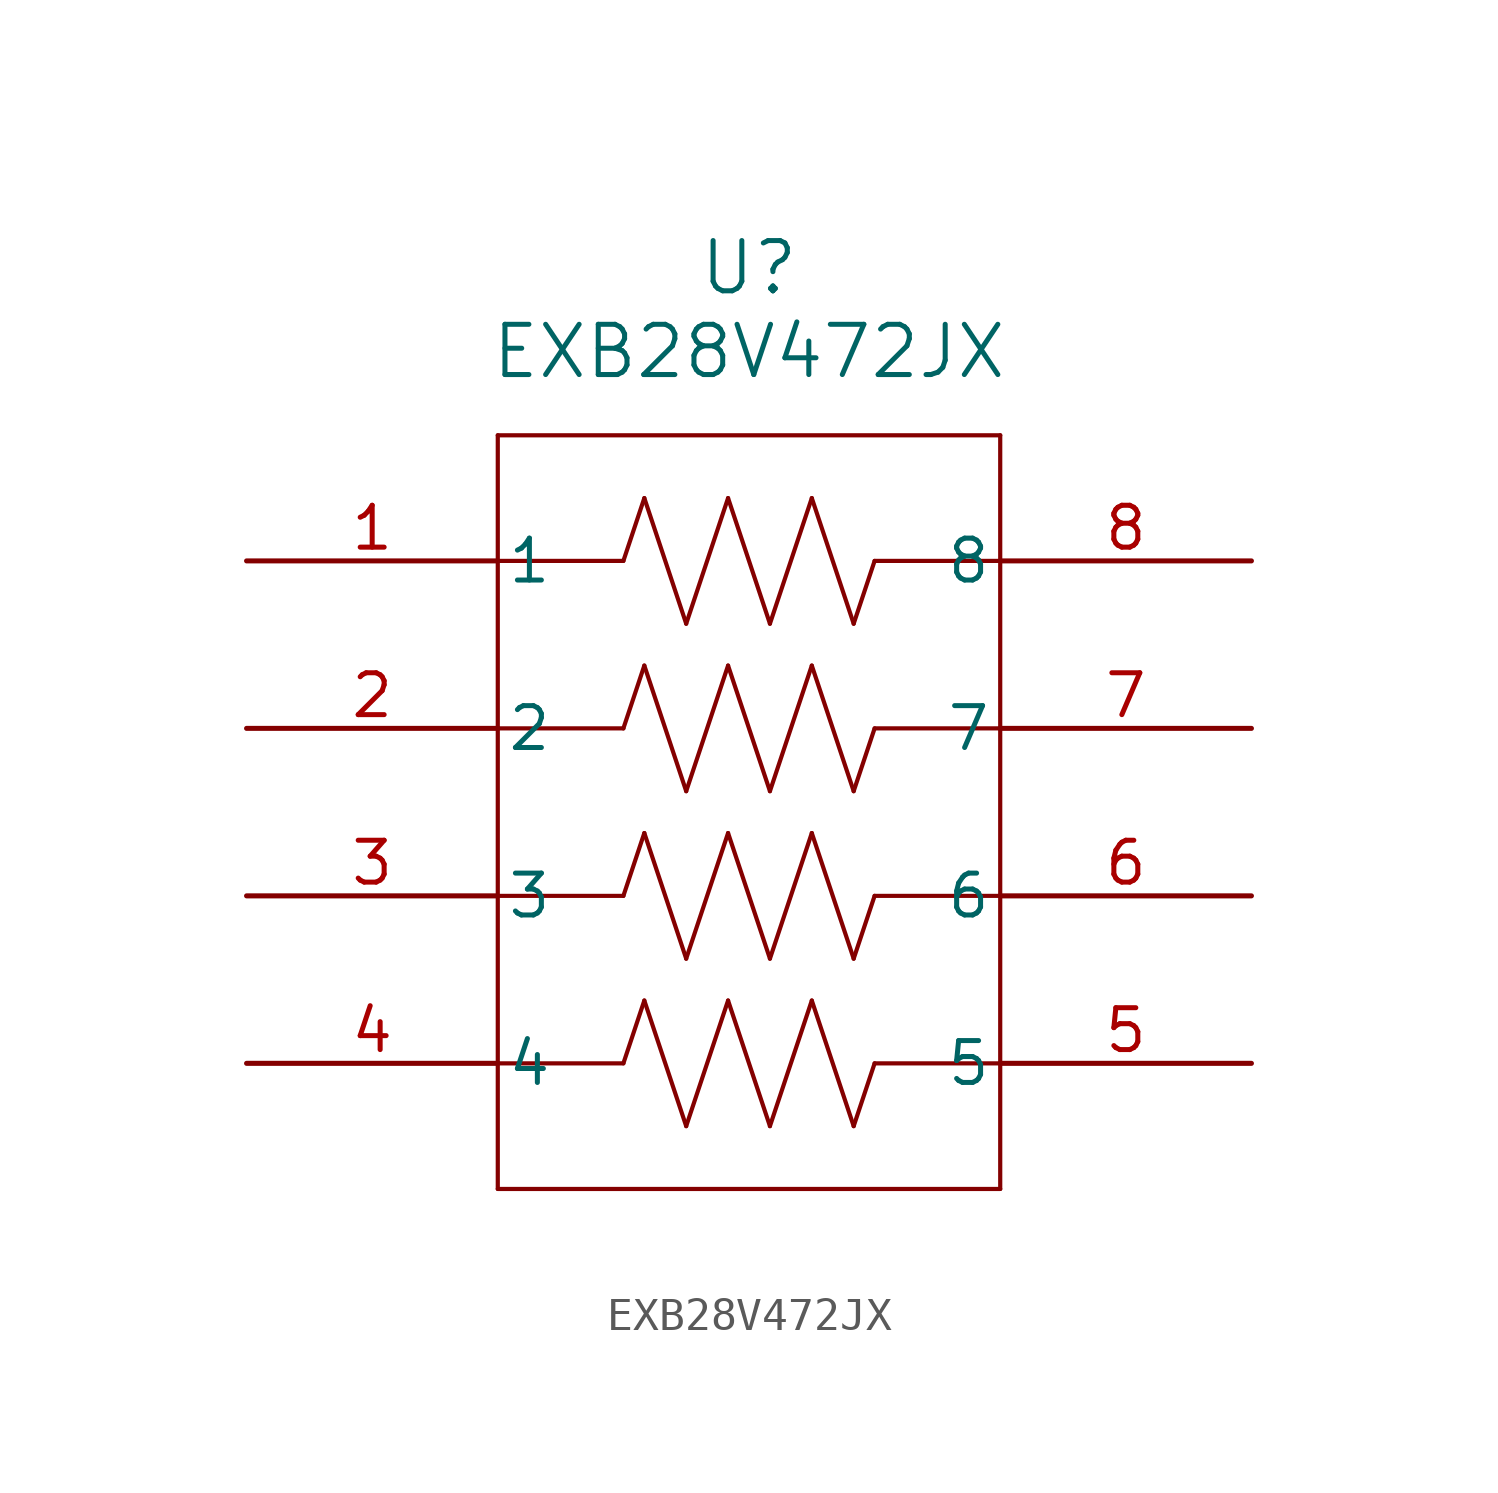
<source format=kicad_sym>
(kicad_symbol_lib
  (version 20211014)
  (generator kicad_symbol_editor)
  (symbol "EXB28V472JX"
    (pin_names
      (offset 0.254))
    (property "Reference" "U"
      (at 15.24 8.89 0)
      (effects (font (size 1.524 1.524))))
    (property "Value" "EXB28V472JX"
      (at 15.24 6.35 0)
      (effects (font (size 1.524 1.524))))
    (symbol "EXB28V472JX_0_1"
      (polyline (pts (xy 7.62 3.81) (xy 7.62 -19.05)) (stroke (width 0.127) (type default) (color 0 0 0 0)) (fill (type none)))
      (polyline (pts (xy 7.62 -19.05) (xy 22.86 -19.05)) (stroke (width 0.127) (type default) (color 0 0 0 0)) (fill (type none)))
      (polyline (pts (xy 22.86 -19.05) (xy 22.86 3.81)) (stroke (width 0.127) (type default) (color 0 0 0 0)) (fill (type none)))
      (polyline (pts (xy 22.86 3.81) (xy 7.62 3.81)) (stroke (width 0.127) (type default) (color 0 0 0 0)) (fill (type none)))
      (polyline (pts (xy 11.43 0) (xy 12.065 1.905)) (stroke (width 0.127) (type default) (color 0 0 0 0)) (fill (type none)))
      (polyline (pts (xy 12.065 1.905) (xy 13.335 -1.905)) (stroke (width 0.127) (type default) (color 0 0 0 0)) (fill (type none)))
      (polyline (pts (xy 13.335 -1.905) (xy 14.605 1.905)) (stroke (width 0.127) (type default) (color 0 0 0 0)) (fill (type none)))
      (polyline (pts (xy 14.605 1.905) (xy 15.875 -1.905)) (stroke (width 0.127) (type default) (color 0 0 0 0)) (fill (type none)))
      (polyline (pts (xy 15.875 -1.905) (xy 17.145 1.905)) (stroke (width 0.127) (type default) (color 0 0 0 0)) (fill (type none)))
      (polyline (pts (xy 17.145 1.905) (xy 18.415 -1.905)) (stroke (width 0.127) (type default) (color 0 0 0 0)) (fill (type none)))
      (polyline (pts (xy 18.415 -1.905) (xy 19.05 0)) (stroke (width 0.127) (type default) (color 0 0 0 0)) (fill (type none)))
      (polyline (pts (xy 11.43 -5.08) (xy 12.065 -3.175)) (stroke (width 0.127) (type default) (color 0 0 0 0)) (fill (type none)))
      (polyline (pts (xy 12.065 -3.175) (xy 13.335 -6.985)) (stroke (width 0.127) (type default) (color 0 0 0 0)) (fill (type none)))
      (polyline (pts (xy 13.335 -6.985) (xy 14.605 -3.175)) (stroke (width 0.127) (type default) (color 0 0 0 0)) (fill (type none)))
      (polyline (pts (xy 14.605 -3.175) (xy 15.875 -6.985)) (stroke (width 0.127) (type default) (color 0 0 0 0)) (fill (type none)))
      (polyline (pts (xy 15.875 -6.985) (xy 17.145 -3.175)) (stroke (width 0.127) (type default) (color 0 0 0 0)) (fill (type none)))
      (polyline (pts (xy 17.145 -3.175) (xy 18.415 -6.985)) (stroke (width 0.127) (type default) (color 0 0 0 0)) (fill (type none)))
      (polyline (pts (xy 18.415 -6.985) (xy 19.05 -5.08)) (stroke (width 0.127) (type default) (color 0 0 0 0)) (fill (type none)))
      (polyline (pts (xy 11.43 -10.16) (xy 12.065 -8.255)) (stroke (width 0.127) (type default) (color 0 0 0 0)) (fill (type none)))
      (polyline (pts (xy 12.065 -8.255) (xy 13.335 -12.065)) (stroke (width 0.127) (type default) (color 0 0 0 0)) (fill (type none)))
      (polyline (pts (xy 13.335 -12.065) (xy 14.605 -8.255)) (stroke (width 0.127) (type default) (color 0 0 0 0)) (fill (type none)))
      (polyline (pts (xy 14.605 -8.255) (xy 15.875 -12.065)) (stroke (width 0.127) (type default) (color 0 0 0 0)) (fill (type none)))
      (polyline (pts (xy 15.875 -12.065) (xy 17.145 -8.255)) (stroke (width 0.127) (type default) (color 0 0 0 0)) (fill (type none)))
      (polyline (pts (xy 17.145 -8.255) (xy 18.415 -12.065)) (stroke (width 0.127) (type default) (color 0 0 0 0)) (fill (type none)))
      (polyline (pts (xy 18.415 -12.065) (xy 19.05 -10.16)) (stroke (width 0.127) (type default) (color 0 0 0 0)) (fill (type none)))
      (polyline (pts (xy 11.43 -15.24) (xy 12.065 -13.335)) (stroke (width 0.127) (type default) (color 0 0 0 0)) (fill (type none)))
      (polyline (pts (xy 12.065 -13.335) (xy 13.335 -17.145)) (stroke (width 0.127) (type default) (color 0 0 0 0)) (fill (type none)))
      (polyline (pts (xy 13.335 -17.145) (xy 14.605 -13.335)) (stroke (width 0.127) (type default) (color 0 0 0 0)) (fill (type none)))
      (polyline (pts (xy 14.605 -13.335) (xy 15.875 -17.145)) (stroke (width 0.127) (type default) (color 0 0 0 0)) (fill (type none)))
      (polyline (pts (xy 15.875 -17.145) (xy 17.145 -13.335)) (stroke (width 0.127) (type default) (color 0 0 0 0)) (fill (type none)))
      (polyline (pts (xy 17.145 -13.335) (xy 18.415 -17.145)) (stroke (width 0.127) (type default) (color 0 0 0 0)) (fill (type none)))
      (polyline (pts (xy 18.415 -17.145) (xy 19.05 -15.24)) (stroke (width 0.127) (type default) (color 0 0 0 0)) (fill (type none)))
      (polyline (pts (xy 11.43 0) (xy 7.62 0)) (stroke (width 0.127) (type default) (color 0 0 0 0)) (fill (type none)))
      (polyline (pts (xy 19.05 0) (xy 22.86 0)) (stroke (width 0.127) (type default) (color 0 0 0 0)) (fill (type none)))
      (polyline (pts (xy 19.05 -5.08) (xy 22.86 -5.08)) (stroke (width 0.127) (type default) (color 0 0 0 0)) (fill (type none)))
      (polyline (pts (xy 19.05 -10.16) (xy 22.86 -10.16)) (stroke (width 0.127) (type default) (color 0 0 0 0)) (fill (type none)))
      (polyline (pts (xy 19.05 -15.24) (xy 22.86 -15.24)) (stroke (width 0.127) (type default) (color 0 0 0 0)) (fill (type none)))
      (polyline (pts (xy 11.43 -15.24) (xy 7.62 -15.24)) (stroke (width 0.127) (type default) (color 0 0 0 0)) (fill (type none)))
      (polyline (pts (xy 11.43 -5.08) (xy 7.62 -5.08)) (stroke (width 0.127) (type default) (color 0 0 0 0)) (fill (type none)))
      (polyline (pts (xy 11.43 -10.16) (xy 7.62 -10.16)) (stroke (width 0.127) (type default) (color 0 0 0 0)) (fill (type none)))
      (pin unspecified line (at 0 0 0) (length 7.62) (name "1" (effects (font (size 1.27 1.27)))) (number "1" (effects (font (size 1.27 1.27)))))
      (pin unspecified line (at 0 -5.08 0) (length 7.62) (name "2" (effects (font (size 1.27 1.27)))) (number "2" (effects (font (size 1.27 1.27)))))
      (pin unspecified line (at 0 -10.16 0) (length 7.62) (name "3" (effects (font (size 1.27 1.27)))) (number "3" (effects (font (size 1.27 1.27)))))
      (pin unspecified line (at 0 -15.24 0) (length 7.62) (name "4" (effects (font (size 1.27 1.27)))) (number "4" (effects (font (size 1.27 1.27)))))
      (pin unspecified line (at 30.48 -15.24 180) (length 7.62) (name "5" (effects (font (size 1.27 1.27)))) (number "5" (effects (font (size 1.27 1.27)))))
      (pin unspecified line (at 30.48 -10.16 180) (length 7.62) (name "6" (effects (font (size 1.27 1.27)))) (number "6" (effects (font (size 1.27 1.27)))))
      (pin unspecified line (at 30.48 -5.08 180) (length 7.62) (name "7" (effects (font (size 1.27 1.27)))) (number "7" (effects (font (size 1.27 1.27)))))
      (pin unspecified line (at 30.48 0 180) (length 7.62) (name "8" (effects (font (size 1.27 1.27)))) (number "8" (effects (font (size 1.27 1.27))))))))
</source>
